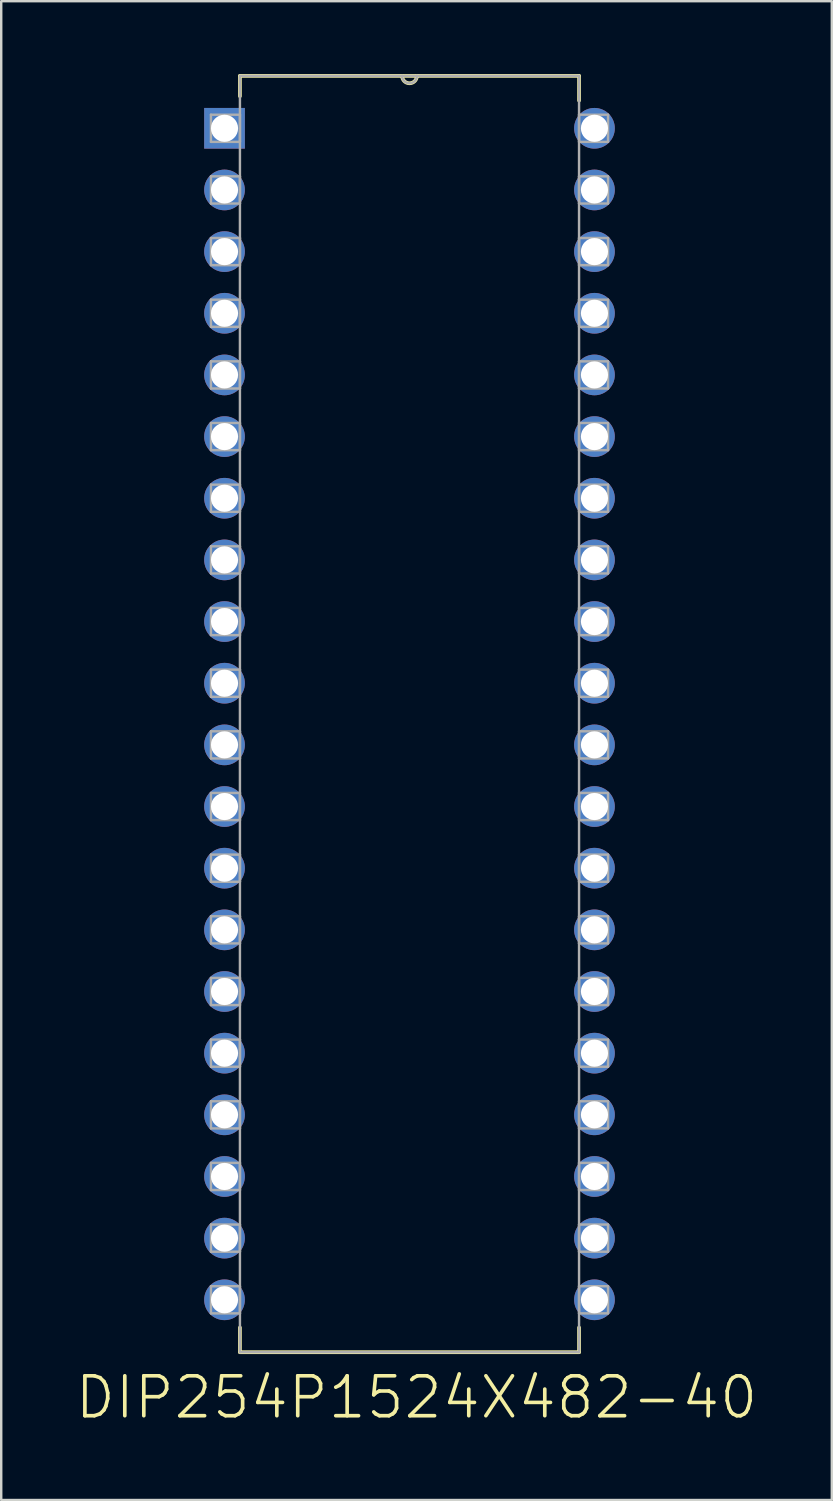
<source format=kicad_pcb>
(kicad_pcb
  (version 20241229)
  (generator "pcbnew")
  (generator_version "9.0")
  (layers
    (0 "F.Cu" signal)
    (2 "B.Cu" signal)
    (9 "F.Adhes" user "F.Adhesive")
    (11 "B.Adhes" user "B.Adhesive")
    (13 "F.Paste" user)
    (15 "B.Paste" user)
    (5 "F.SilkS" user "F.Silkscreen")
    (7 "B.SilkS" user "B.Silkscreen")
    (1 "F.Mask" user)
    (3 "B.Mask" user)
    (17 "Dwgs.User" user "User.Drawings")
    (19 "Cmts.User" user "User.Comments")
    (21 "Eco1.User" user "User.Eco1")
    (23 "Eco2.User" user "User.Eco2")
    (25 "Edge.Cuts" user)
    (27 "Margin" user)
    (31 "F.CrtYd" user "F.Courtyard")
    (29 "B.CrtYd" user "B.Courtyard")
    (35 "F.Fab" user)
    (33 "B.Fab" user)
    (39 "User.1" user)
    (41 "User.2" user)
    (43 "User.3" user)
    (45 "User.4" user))
  (footprint "DIP254P1524X482-40"
    (layer "F.Cu")
    (at 21.439 50.495)
    (property "Reference" "DIP254P1524X482-40" (at -7.331 4.022 0) (layer "F.SilkS") (effects (font (size 1.644 1.644) (thickness 0.15))))
    (attr through_hole)
    (fp_line (start -14.605 -50.419) (end -14.605 -49.581) (stroke (width 0.152) (type solid)) (layer "F.SilkS"))
    (fp_line (start -14.605 1.143) (end -14.605 2.159) (stroke (width 0.152) (type solid)) (layer "F.SilkS"))
    (fp_line (start -14.605 2.159) (end -0.635 2.159) (stroke (width 0.152) (type solid)) (layer "F.SilkS"))
    (fp_line (start -7.925 -50.419) (end -14.605 -50.419) (stroke (width 0.152) (type solid)) (layer "F.SilkS"))
    (fp_line (start -7.315 -50.419) (end -7.925 -50.419) (stroke (width 0.152) (type solid)) (layer "F.SilkS"))
    (fp_line (start -0.635 -50.419) (end -7.315 -50.419) (stroke (width 0.152) (type solid)) (layer "F.SilkS"))
    (fp_line (start -0.635 -49.403) (end -0.635 -50.419) (stroke (width 0.152) (type solid)) (layer "F.SilkS"))
    (fp_line (start -0.635 2.159) (end -0.635 1.143) (stroke (width 0.152) (type solid)) (layer "F.SilkS"))
    (fp_arc (start -7.3152 -50.419) (mid -7.62 -50.1142) (end -7.9248 -50.419) (stroke (width 0.1524) (type solid)) (layer "F.SilkS"))
    (fp_line (start -15.799 -48.819) (end -15.799 -47.701) (stroke (width 0.1) (type solid)) (layer "F.Fab"))
    (fp_line (start -15.799 -47.701) (end -14.605 -47.701) (stroke (width 0.1) (type solid)) (layer "F.Fab"))
    (fp_line (start -15.799 -46.279) (end -15.799 -45.161) (stroke (width 0.1) (type solid)) (layer "F.Fab"))
    (fp_line (start -15.799 -45.161) (end -14.605 -45.161) (stroke (width 0.1) (type solid)) (layer "F.Fab"))
    (fp_line (start -15.799 -43.739) (end -15.799 -42.621) (stroke (width 0.1) (type solid)) (layer "F.Fab"))
    (fp_line (start -15.799 -42.621) (end -14.605 -42.621) (stroke (width 0.1) (type solid)) (layer "F.Fab"))
    (fp_line (start -15.799 -41.199) (end -15.799 -40.081) (stroke (width 0.1) (type solid)) (layer "F.Fab"))
    (fp_line (start -15.799 -40.081) (end -14.605 -40.081) (stroke (width 0.1) (type solid)) (layer "F.Fab"))
    (fp_line (start -15.799 -38.659) (end -15.799 -37.541) (stroke (width 0.1) (type solid)) (layer "F.Fab"))
    (fp_line (start -15.799 -37.541) (end -14.605 -37.541) (stroke (width 0.1) (type solid)) (layer "F.Fab"))
    (fp_line (start -15.799 -36.119) (end -15.799 -35.001) (stroke (width 0.1) (type solid)) (layer "F.Fab"))
    (fp_line (start -15.799 -35.001) (end -14.605 -35.001) (stroke (width 0.1) (type solid)) (layer "F.Fab"))
    (fp_line (start -15.799 -33.579) (end -15.799 -32.461) (stroke (width 0.1) (type solid)) (layer "F.Fab"))
    (fp_line (start -15.799 -32.461) (end -14.605 -32.461) (stroke (width 0.1) (type solid)) (layer "F.Fab"))
    (fp_line (start -15.799 -31.039) (end -15.799 -29.921) (stroke (width 0.1) (type solid)) (layer "F.Fab"))
    (fp_line (start -15.799 -29.921) (end -14.605 -29.921) (stroke (width 0.1) (type solid)) (layer "F.Fab"))
    (fp_line (start -15.799 -28.499) (end -15.799 -27.381) (stroke (width 0.1) (type solid)) (layer "F.Fab"))
    (fp_line (start -15.799 -27.381) (end -14.605 -27.381) (stroke (width 0.1) (type solid)) (layer "F.Fab"))
    (fp_line (start -15.799 -25.959) (end -15.799 -24.841) (stroke (width 0.1) (type solid)) (layer "F.Fab"))
    (fp_line (start -15.799 -24.841) (end -14.605 -24.841) (stroke (width 0.1) (type solid)) (layer "F.Fab"))
    (fp_line (start -15.799 -23.419) (end -15.799 -22.301) (stroke (width 0.1) (type solid)) (layer "F.Fab"))
    (fp_line (start -15.799 -22.301) (end -14.605 -22.301) (stroke (width 0.1) (type solid)) (layer "F.Fab"))
    (fp_line (start -15.799 -20.879) (end -15.799 -19.761) (stroke (width 0.1) (type solid)) (layer "F.Fab"))
    (fp_line (start -15.799 -19.761) (end -14.605 -19.761) (stroke (width 0.1) (type solid)) (layer "F.Fab"))
    (fp_line (start -15.799 -18.339) (end -15.799 -17.221) (stroke (width 0.1) (type solid)) (layer "F.Fab"))
    (fp_line (start -15.799 -17.221) (end -14.605 -17.221) (stroke (width 0.1) (type solid)) (layer "F.Fab"))
    (fp_line (start -15.799 -15.799) (end -15.799 -14.681) (stroke (width 0.1) (type solid)) (layer "F.Fab"))
    (fp_line (start -15.799 -14.681) (end -14.605 -14.681) (stroke (width 0.1) (type solid)) (layer "F.Fab"))
    (fp_line (start -15.799 -13.259) (end -15.799 -12.141) (stroke (width 0.1) (type solid)) (layer "F.Fab"))
    (fp_line (start -15.799 -12.141) (end -14.605 -12.141) (stroke (width 0.1) (type solid)) (layer "F.Fab"))
    (fp_line (start -15.799 -10.719) (end -15.799 -9.601) (stroke (width 0.1) (type solid)) (layer "F.Fab"))
    (fp_line (start -15.799 -9.601) (end -14.605 -9.601) (stroke (width 0.1) (type solid)) (layer "F.Fab"))
    (fp_line (start -15.799 -8.179) (end -15.799 -7.061) (stroke (width 0.1) (type solid)) (layer "F.Fab"))
    (fp_line (start -15.799 -7.061) (end -14.605 -7.061) (stroke (width 0.1) (type solid)) (layer "F.Fab"))
    (fp_line (start -15.799 -5.639) (end -15.799 -4.521) (stroke (width 0.1) (type solid)) (layer "F.Fab"))
    (fp_line (start -15.799 -4.521) (end -14.605 -4.521) (stroke (width 0.1) (type solid)) (layer "F.Fab"))
    (fp_line (start -15.799 -3.099) (end -15.799 -1.981) (stroke (width 0.1) (type solid)) (layer "F.Fab"))
    (fp_line (start -15.799 -1.981) (end -14.605 -1.981) (stroke (width 0.1) (type solid)) (layer "F.Fab"))
    (fp_line (start -15.799 -0.559) (end -15.799 0.559) (stroke (width 0.1) (type solid)) (layer "F.Fab"))
    (fp_line (start -15.799 0.559) (end -14.605 0.559) (stroke (width 0.1) (type solid)) (layer "F.Fab"))
    (fp_line (start -14.605 -50.419) (end -14.605 2.159) (stroke (width 0.1) (type solid)) (layer "F.Fab"))
    (fp_line (start -14.605 -48.819) (end -15.799 -48.819) (stroke (width 0.1) (type solid)) (layer "F.Fab"))
    (fp_line (start -14.605 -47.701) (end -14.605 -48.819) (stroke (width 0.1) (type solid)) (layer "F.Fab"))
    (fp_line (start -14.605 -46.279) (end -15.799 -46.279) (stroke (width 0.1) (type solid)) (layer "F.Fab"))
    (fp_line (start -14.605 -45.161) (end -14.605 -46.279) (stroke (width 0.1) (type solid)) (layer "F.Fab"))
    (fp_line (start -14.605 -43.739) (end -15.799 -43.739) (stroke (width 0.1) (type solid)) (layer "F.Fab"))
    (fp_line (start -14.605 -42.621) (end -14.605 -43.739) (stroke (width 0.1) (type solid)) (layer "F.Fab"))
    (fp_line (start -14.605 -41.199) (end -15.799 -41.199) (stroke (width 0.1) (type solid)) (layer "F.Fab"))
    (fp_line (start -14.605 -40.081) (end -14.605 -41.199) (stroke (width 0.1) (type solid)) (layer "F.Fab"))
    (fp_line (start -14.605 -38.659) (end -15.799 -38.659) (stroke (width 0.1) (type solid)) (layer "F.Fab"))
    (fp_line (start -14.605 -37.541) (end -14.605 -38.659) (stroke (width 0.1) (type solid)) (layer "F.Fab"))
    (fp_line (start -14.605 -36.119) (end -15.799 -36.119) (stroke (width 0.1) (type solid)) (layer "F.Fab"))
    (fp_line (start -14.605 -35.001) (end -14.605 -36.119) (stroke (width 0.1) (type solid)) (layer "F.Fab"))
    (fp_line (start -14.605 -33.579) (end -15.799 -33.579) (stroke (width 0.1) (type solid)) (layer "F.Fab"))
    (fp_line (start -14.605 -32.461) (end -14.605 -33.579) (stroke (width 0.1) (type solid)) (layer "F.Fab"))
    (fp_line (start -14.605 -31.039) (end -15.799 -31.039) (stroke (width 0.1) (type solid)) (layer "F.Fab"))
    (fp_line (start -14.605 -29.921) (end -14.605 -31.039) (stroke (width 0.1) (type solid)) (layer "F.Fab"))
    (fp_line (start -14.605 -28.499) (end -15.799 -28.499) (stroke (width 0.1) (type solid)) (layer "F.Fab"))
    (fp_line (start -14.605 -27.381) (end -14.605 -28.499) (stroke (width 0.1) (type solid)) (layer "F.Fab"))
    (fp_line (start -14.605 -25.959) (end -15.799 -25.959) (stroke (width 0.1) (type solid)) (layer "F.Fab"))
    (fp_line (start -14.605 -24.841) (end -14.605 -25.959) (stroke (width 0.1) (type solid)) (layer "F.Fab"))
    (fp_line (start -14.605 -23.419) (end -15.799 -23.419) (stroke (width 0.1) (type solid)) (layer "F.Fab"))
    (fp_line (start -14.605 -22.301) (end -14.605 -23.419) (stroke (width 0.1) (type solid)) (layer "F.Fab"))
    (fp_line (start -14.605 -20.879) (end -15.799 -20.879) (stroke (width 0.1) (type solid)) (layer "F.Fab"))
    (fp_line (start -14.605 -19.761) (end -14.605 -20.879) (stroke (width 0.1) (type solid)) (layer "F.Fab"))
    (fp_line (start -14.605 -18.339) (end -15.799 -18.339) (stroke (width 0.1) (type solid)) (layer "F.Fab"))
    (fp_line (start -14.605 -17.221) (end -14.605 -18.339) (stroke (width 0.1) (type solid)) (layer "F.Fab"))
    (fp_line (start -14.605 -15.799) (end -15.799 -15.799) (stroke (width 0.1) (type solid)) (layer "F.Fab"))
    (fp_line (start -14.605 -14.681) (end -14.605 -15.799) (stroke (width 0.1) (type solid)) (layer "F.Fab"))
    (fp_line (start -14.605 -13.259) (end -15.799 -13.259) (stroke (width 0.1) (type solid)) (layer "F.Fab"))
    (fp_line (start -14.605 -12.141) (end -14.605 -13.259) (stroke (width 0.1) (type solid)) (layer "F.Fab"))
    (fp_line (start -14.605 -10.719) (end -15.799 -10.719) (stroke (width 0.1) (type solid)) (layer "F.Fab"))
    (fp_line (start -14.605 -9.601) (end -14.605 -10.719) (stroke (width 0.1) (type solid)) (layer "F.Fab"))
    (fp_line (start -14.605 -8.179) (end -15.799 -8.179) (stroke (width 0.1) (type solid)) (layer "F.Fab"))
    (fp_line (start -14.605 -7.061) (end -14.605 -8.179) (stroke (width 0.1) (type solid)) (layer "F.Fab"))
    (fp_line (start -14.605 -5.639) (end -15.799 -5.639) (stroke (width 0.1) (type solid)) (layer "F.Fab"))
    (fp_line (start -14.605 -4.521) (end -14.605 -5.639) (stroke (width 0.1) (type solid)) (layer "F.Fab"))
    (fp_line (start -14.605 -3.099) (end -15.799 -3.099) (stroke (width 0.1) (type solid)) (layer "F.Fab"))
    (fp_line (start -14.605 -1.981) (end -14.605 -3.099) (stroke (width 0.1) (type solid)) (layer "F.Fab"))
    (fp_line (start -14.605 -0.559) (end -15.799 -0.559) (stroke (width 0.1) (type solid)) (layer "F.Fab"))
    (fp_line (start -14.605 0.559) (end -14.605 -0.559) (stroke (width 0.1) (type solid)) (layer "F.Fab"))
    (fp_line (start -14.605 2.159) (end -0.635 2.159) (stroke (width 0.1) (type solid)) (layer "F.Fab"))
    (fp_line (start -7.925 -50.419) (end -14.605 -50.419) (stroke (width 0.1) (type solid)) (layer "F.Fab"))
    (fp_line (start -7.315 -50.419) (end -7.925 -50.419) (stroke (width 0.1) (type solid)) (layer "F.Fab"))
    (fp_line (start -0.635 -50.419) (end -7.315 -50.419) (stroke (width 0.1) (type solid)) (layer "F.Fab"))
    (fp_line (start -0.635 -48.819) (end -0.635 -47.701) (stroke (width 0.1) (type solid)) (layer "F.Fab"))
    (fp_line (start -0.635 -47.701) (end 0.559 -47.701) (stroke (width 0.1) (type solid)) (layer "F.Fab"))
    (fp_line (start -0.635 -46.279) (end -0.635 -45.161) (stroke (width 0.1) (type solid)) (layer "F.Fab"))
    (fp_line (start -0.635 -45.161) (end 0.559 -45.161) (stroke (width 0.1) (type solid)) (layer "F.Fab"))
    (fp_line (start -0.635 -43.739) (end -0.635 -42.621) (stroke (width 0.1) (type solid)) (layer "F.Fab"))
    (fp_line (start -0.635 -42.621) (end 0.559 -42.621) (stroke (width 0.1) (type solid)) (layer "F.Fab"))
    (fp_line (start -0.635 -41.199) (end -0.635 -40.081) (stroke (width 0.1) (type solid)) (layer "F.Fab"))
    (fp_line (start -0.635 -40.081) (end 0.559 -40.081) (stroke (width 0.1) (type solid)) (layer "F.Fab"))
    (fp_line (start -0.635 -38.659) (end -0.635 -37.541) (stroke (width 0.1) (type solid)) (layer "F.Fab"))
    (fp_line (start -0.635 -37.541) (end 0.559 -37.541) (stroke (width 0.1) (type solid)) (layer "F.Fab"))
    (fp_line (start -0.635 -36.119) (end -0.635 -35.001) (stroke (width 0.1) (type solid)) (layer "F.Fab"))
    (fp_line (start -0.635 -35.001) (end 0.559 -35.001) (stroke (width 0.1) (type solid)) (layer "F.Fab"))
    (fp_line (start -0.635 -33.579) (end -0.635 -32.461) (stroke (width 0.1) (type solid)) (layer "F.Fab"))
    (fp_line (start -0.635 -32.461) (end 0.559 -32.461) (stroke (width 0.1) (type solid)) (layer "F.Fab"))
    (fp_line (start -0.635 -31.039) (end -0.635 -29.921) (stroke (width 0.1) (type solid)) (layer "F.Fab"))
    (fp_line (start -0.635 -29.921) (end 0.559 -29.921) (stroke (width 0.1) (type solid)) (layer "F.Fab"))
    (fp_line (start -0.635 -28.499) (end -0.635 -27.381) (stroke (width 0.1) (type solid)) (layer "F.Fab"))
    (fp_line (start -0.635 -27.381) (end 0.559 -27.381) (stroke (width 0.1) (type solid)) (layer "F.Fab"))
    (fp_line (start -0.635 -25.959) (end -0.635 -24.841) (stroke (width 0.1) (type solid)) (layer "F.Fab"))
    (fp_line (start -0.635 -24.841) (end 0.559 -24.841) (stroke (width 0.1) (type solid)) (layer "F.Fab"))
    (fp_line (start -0.635 -23.419) (end -0.635 -22.301) (stroke (width 0.1) (type solid)) (layer "F.Fab"))
    (fp_line (start -0.635 -22.301) (end 0.559 -22.301) (stroke (width 0.1) (type solid)) (layer "F.Fab"))
    (fp_line (start -0.635 -20.879) (end -0.635 -19.761) (stroke (width 0.1) (type solid)) (layer "F.Fab"))
    (fp_line (start -0.635 -19.761) (end 0.559 -19.761) (stroke (width 0.1) (type solid)) (layer "F.Fab"))
    (fp_line (start -0.635 -18.339) (end -0.635 -17.221) (stroke (width 0.1) (type solid)) (layer "F.Fab"))
    (fp_line (start -0.635 -17.221) (end 0.559 -17.221) (stroke (width 0.1) (type solid)) (layer "F.Fab"))
    (fp_line (start -0.635 -15.799) (end -0.635 -14.681) (stroke (width 0.1) (type solid)) (layer "F.Fab"))
    (fp_line (start -0.635 -14.681) (end 0.559 -14.681) (stroke (width 0.1) (type solid)) (layer "F.Fab"))
    (fp_line (start -0.635 -13.259) (end -0.635 -12.141) (stroke (width 0.1) (type solid)) (layer "F.Fab"))
    (fp_line (start -0.635 -12.141) (end 0.559 -12.141) (stroke (width 0.1) (type solid)) (layer "F.Fab"))
    (fp_line (start -0.635 -10.719) (end -0.635 -9.601) (stroke (width 0.1) (type solid)) (layer "F.Fab"))
    (fp_line (start -0.635 -9.601) (end 0.559 -9.601) (stroke (width 0.1) (type solid)) (layer "F.Fab"))
    (fp_line (start -0.635 -8.179) (end -0.635 -7.061) (stroke (width 0.1) (type solid)) (layer "F.Fab"))
    (fp_line (start -0.635 -7.061) (end 0.559 -7.061) (stroke (width 0.1) (type solid)) (layer "F.Fab"))
    (fp_line (start -0.635 -5.639) (end -0.635 -4.521) (stroke (width 0.1) (type solid)) (layer "F.Fab"))
    (fp_line (start -0.635 -4.521) (end 0.559 -4.521) (stroke (width 0.1) (type solid)) (layer "F.Fab"))
    (fp_line (start -0.635 -3.099) (end -0.635 -1.981) (stroke (width 0.1) (type solid)) (layer "F.Fab"))
    (fp_line (start -0.635 -1.981) (end 0.559 -1.981) (stroke (width 0.1) (type solid)) (layer "F.Fab"))
    (fp_line (start -0.635 -0.559) (end -0.635 0.559) (stroke (width 0.1) (type solid)) (layer "F.Fab"))
    (fp_line (start -0.635 0.559) (end 0.559 0.559) (stroke (width 0.1) (type solid)) (layer "F.Fab"))
    (fp_line (start -0.635 2.159) (end -0.635 -50.419) (stroke (width 0.1) (type solid)) (layer "F.Fab"))
    (fp_line (start 0.559 -48.819) (end -0.635 -48.819) (stroke (width 0.1) (type solid)) (layer "F.Fab"))
    (fp_line (start 0.559 -47.701) (end 0.559 -48.819) (stroke (width 0.1) (type solid)) (layer "F.Fab"))
    (fp_line (start 0.559 -46.279) (end -0.635 -46.279) (stroke (width 0.1) (type solid)) (layer "F.Fab"))
    (fp_line (start 0.559 -45.161) (end 0.559 -46.279) (stroke (width 0.1) (type solid)) (layer "F.Fab"))
    (fp_line (start 0.559 -43.739) (end -0.635 -43.739) (stroke (width 0.1) (type solid)) (layer "F.Fab"))
    (fp_line (start 0.559 -42.621) (end 0.559 -43.739) (stroke (width 0.1) (type solid)) (layer "F.Fab"))
    (fp_line (start 0.559 -41.199) (end -0.635 -41.199) (stroke (width 0.1) (type solid)) (layer "F.Fab"))
    (fp_line (start 0.559 -40.081) (end 0.559 -41.199) (stroke (width 0.1) (type solid)) (layer "F.Fab"))
    (fp_line (start 0.559 -38.659) (end -0.635 -38.659) (stroke (width 0.1) (type solid)) (layer "F.Fab"))
    (fp_line (start 0.559 -37.541) (end 0.559 -38.659) (stroke (width 0.1) (type solid)) (layer "F.Fab"))
    (fp_line (start 0.559 -36.119) (end -0.635 -36.119) (stroke (width 0.1) (type solid)) (layer "F.Fab"))
    (fp_line (start 0.559 -35.001) (end 0.559 -36.119) (stroke (width 0.1) (type solid)) (layer "F.Fab"))
    (fp_line (start 0.559 -33.579) (end -0.635 -33.579) (stroke (width 0.1) (type solid)) (layer "F.Fab"))
    (fp_line (start 0.559 -32.461) (end 0.559 -33.579) (stroke (width 0.1) (type solid)) (layer "F.Fab"))
    (fp_line (start 0.559 -31.039) (end -0.635 -31.039) (stroke (width 0.1) (type solid)) (layer "F.Fab"))
    (fp_line (start 0.559 -29.921) (end 0.559 -31.039) (stroke (width 0.1) (type solid)) (layer "F.Fab"))
    (fp_line (start 0.559 -28.499) (end -0.635 -28.499) (stroke (width 0.1) (type solid)) (layer "F.Fab"))
    (fp_line (start 0.559 -27.381) (end 0.559 -28.499) (stroke (width 0.1) (type solid)) (layer "F.Fab"))
    (fp_line (start 0.559 -25.959) (end -0.635 -25.959) (stroke (width 0.1) (type solid)) (layer "F.Fab"))
    (fp_line (start 0.559 -24.841) (end 0.559 -25.959) (stroke (width 0.1) (type solid)) (layer "F.Fab"))
    (fp_line (start 0.559 -23.419) (end -0.635 -23.419) (stroke (width 0.1) (type solid)) (layer "F.Fab"))
    (fp_line (start 0.559 -22.301) (end 0.559 -23.419) (stroke (width 0.1) (type solid)) (layer "F.Fab"))
    (fp_line (start 0.559 -20.879) (end -0.635 -20.879) (stroke (width 0.1) (type solid)) (layer "F.Fab"))
    (fp_line (start 0.559 -19.761) (end 0.559 -20.879) (stroke (width 0.1) (type solid)) (layer "F.Fab"))
    (fp_line (start 0.559 -18.339) (end -0.635 -18.339) (stroke (width 0.1) (type solid)) (layer "F.Fab"))
    (fp_line (start 0.559 -17.221) (end 0.559 -18.339) (stroke (width 0.1) (type solid)) (layer "F.Fab"))
    (fp_line (start 0.559 -15.799) (end -0.635 -15.799) (stroke (width 0.1) (type solid)) (layer "F.Fab"))
    (fp_line (start 0.559 -14.681) (end 0.559 -15.799) (stroke (width 0.1) (type solid)) (layer "F.Fab"))
    (fp_line (start 0.559 -13.259) (end -0.635 -13.259) (stroke (width 0.1) (type solid)) (layer "F.Fab"))
    (fp_line (start 0.559 -12.141) (end 0.559 -13.259) (stroke (width 0.1) (type solid)) (layer "F.Fab"))
    (fp_line (start 0.559 -10.719) (end -0.635 -10.719) (stroke (width 0.1) (type solid)) (layer "F.Fab"))
    (fp_line (start 0.559 -9.601) (end 0.559 -10.719) (stroke (width 0.1) (type solid)) (layer "F.Fab"))
    (fp_line (start 0.559 -8.179) (end -0.635 -8.179) (stroke (width 0.1) (type solid)) (layer "F.Fab"))
    (fp_line (start 0.559 -7.061) (end 0.559 -8.179) (stroke (width 0.1) (type solid)) (layer "F.Fab"))
    (fp_line (start 0.559 -5.639) (end -0.635 -5.639) (stroke (width 0.1) (type solid)) (layer "F.Fab"))
    (fp_line (start 0.559 -4.521) (end 0.559 -5.639) (stroke (width 0.1) (type solid)) (layer "F.Fab"))
    (fp_line (start 0.559 -3.099) (end -0.635 -3.099) (stroke (width 0.1) (type solid)) (layer "F.Fab"))
    (fp_line (start 0.559 -1.981) (end 0.559 -3.099) (stroke (width 0.1) (type solid)) (layer "F.Fab"))
    (fp_line (start 0.559 -0.559) (end -0.635 -0.559) (stroke (width 0.1) (type solid)) (layer "F.Fab"))
    (fp_line (start 0.559 0.559) (end 0.559 -0.559) (stroke (width 0.1) (type solid)) (layer "F.Fab"))
    (fp_arc (start -7.3152 -50.419) (mid -7.62 -50.1142) (end -7.9248 -50.419) (stroke (width 0.1) (type solid)) (layer "F.Fab"))
    (pad "1" thru_hole rect (at -15.24 -48.26) (size 1.676 1.676) (drill 1.118) (layers "*.Cu" "*.Mask"))
    (pad "2" thru_hole circle (at -15.24 -45.72) (size 1.676 1.676) (drill 1.118) (layers "*.Cu" "*.Mask"))
    (pad "3" thru_hole circle (at -15.24 -43.18) (size 1.676 1.676) (drill 1.118) (layers "*.Cu" "*.Mask"))
    (pad "4" thru_hole circle (at -15.24 -40.64) (size 1.676 1.676) (drill 1.118) (layers "*.Cu" "*.Mask"))
    (pad "5" thru_hole circle (at -15.24 -38.1) (size 1.676 1.676) (drill 1.118) (layers "*.Cu" "*.Mask"))
    (pad "6" thru_hole circle (at -15.24 -35.56) (size 1.676 1.676) (drill 1.118) (layers "*.Cu" "*.Mask"))
    (pad "7" thru_hole circle (at -15.24 -33.02) (size 1.676 1.676) (drill 1.118) (layers "*.Cu" "*.Mask"))
    (pad "8" thru_hole circle (at -15.24 -30.48) (size 1.676 1.676) (drill 1.118) (layers "*.Cu" "*.Mask"))
    (pad "9" thru_hole circle (at -15.24 -27.94) (size 1.676 1.676) (drill 1.118) (layers "*.Cu" "*.Mask"))
    (pad "10" thru_hole circle (at -15.24 -25.4) (size 1.676 1.676) (drill 1.118) (layers "*.Cu" "*.Mask"))
    (pad "11" thru_hole circle (at -15.24 -22.86) (size 1.676 1.676) (drill 1.118) (layers "*.Cu" "*.Mask"))
    (pad "12" thru_hole circle (at -15.24 -20.32) (size 1.676 1.676) (drill 1.118) (layers "*.Cu" "*.Mask"))
    (pad "13" thru_hole circle (at -15.24 -17.78) (size 1.676 1.676) (drill 1.118) (layers "*.Cu" "*.Mask"))
    (pad "14" thru_hole circle (at -15.24 -15.24) (size 1.676 1.676) (drill 1.118) (layers "*.Cu" "*.Mask"))
    (pad "15" thru_hole circle (at -15.24 -12.7) (size 1.676 1.676) (drill 1.118) (layers "*.Cu" "*.Mask"))
    (pad "16" thru_hole circle (at -15.24 -10.16) (size 1.676 1.676) (drill 1.118) (layers "*.Cu" "*.Mask"))
    (pad "17" thru_hole circle (at -15.24 -7.62) (size 1.676 1.676) (drill 1.118) (layers "*.Cu" "*.Mask"))
    (pad "18" thru_hole circle (at -15.24 -5.08) (size 1.676 1.676) (drill 1.118) (layers "*.Cu" "*.Mask"))
    (pad "19" thru_hole circle (at -15.24 -2.54) (size 1.676 1.676) (drill 1.118) (layers "*.Cu" "*.Mask"))
    (pad "20" thru_hole circle (at -15.24 0) (size 1.676 1.676) (drill 1.118) (layers "*.Cu" "*.Mask"))
    (pad "21" thru_hole circle (at 0 0) (size 1.676 1.676) (drill 1.118) (layers "*.Cu" "*.Mask"))
    (pad "22" thru_hole circle (at 0 -2.54) (size 1.676 1.676) (drill 1.118) (layers "*.Cu" "*.Mask"))
    (pad "23" thru_hole circle (at 0 -5.08) (size 1.676 1.676) (drill 1.118) (layers "*.Cu" "*.Mask"))
    (pad "24" thru_hole circle (at 0 -7.62) (size 1.676 1.676) (drill 1.118) (layers "*.Cu" "*.Mask"))
    (pad "25" thru_hole circle (at 0 -10.16) (size 1.676 1.676) (drill 1.118) (layers "*.Cu" "*.Mask"))
    (pad "26" thru_hole circle (at 0 -12.7) (size 1.676 1.676) (drill 1.118) (layers "*.Cu" "*.Mask"))
    (pad "27" thru_hole circle (at 0 -15.24) (size 1.676 1.676) (drill 1.118) (layers "*.Cu" "*.Mask"))
    (pad "28" thru_hole circle (at 0 -17.78) (size 1.676 1.676) (drill 1.118) (layers "*.Cu" "*.Mask"))
    (pad "29" thru_hole circle (at 0 -20.32) (size 1.676 1.676) (drill 1.118) (layers "*.Cu" "*.Mask"))
    (pad "30" thru_hole circle (at 0 -22.86) (size 1.676 1.676) (drill 1.118) (layers "*.Cu" "*.Mask"))
    (pad "31" thru_hole circle (at 0 -25.4) (size 1.676 1.676) (drill 1.118) (layers "*.Cu" "*.Mask"))
    (pad "32" thru_hole circle (at 0 -27.94) (size 1.676 1.676) (drill 1.118) (layers "*.Cu" "*.Mask"))
    (pad "33" thru_hole circle (at 0 -30.48) (size 1.676 1.676) (drill 1.118) (layers "*.Cu" "*.Mask"))
    (pad "34" thru_hole circle (at 0 -33.02) (size 1.676 1.676) (drill 1.118) (layers "*.Cu" "*.Mask"))
    (pad "35" thru_hole circle (at 0 -35.56) (size 1.676 1.676) (drill 1.118) (layers "*.Cu" "*.Mask"))
    (pad "36" thru_hole circle (at 0 -38.1) (size 1.676 1.676) (drill 1.118) (layers "*.Cu" "*.Mask"))
    (pad "37" thru_hole circle (at 0 -40.64) (size 1.676 1.676) (drill 1.118) (layers "*.Cu" "*.Mask"))
    (pad "38" thru_hole circle (at 0 -43.18) (size 1.676 1.676) (drill 1.118) (layers "*.Cu" "*.Mask"))
    (pad "39" thru_hole circle (at 0 -45.72) (size 1.676 1.676) (drill 1.118) (layers "*.Cu" "*.Mask"))
    (pad "40" thru_hole circle (at 0 -48.26) (size 1.676 1.676) (drill 1.118) (layers "*.Cu" "*.Mask")))
  (gr_rect
    (start -3 -3)
    (end 31.217 58.742)
    (stroke (width 0.1) (type default))
    (fill no)
    (layer "Edge.Cuts")))
</source>
